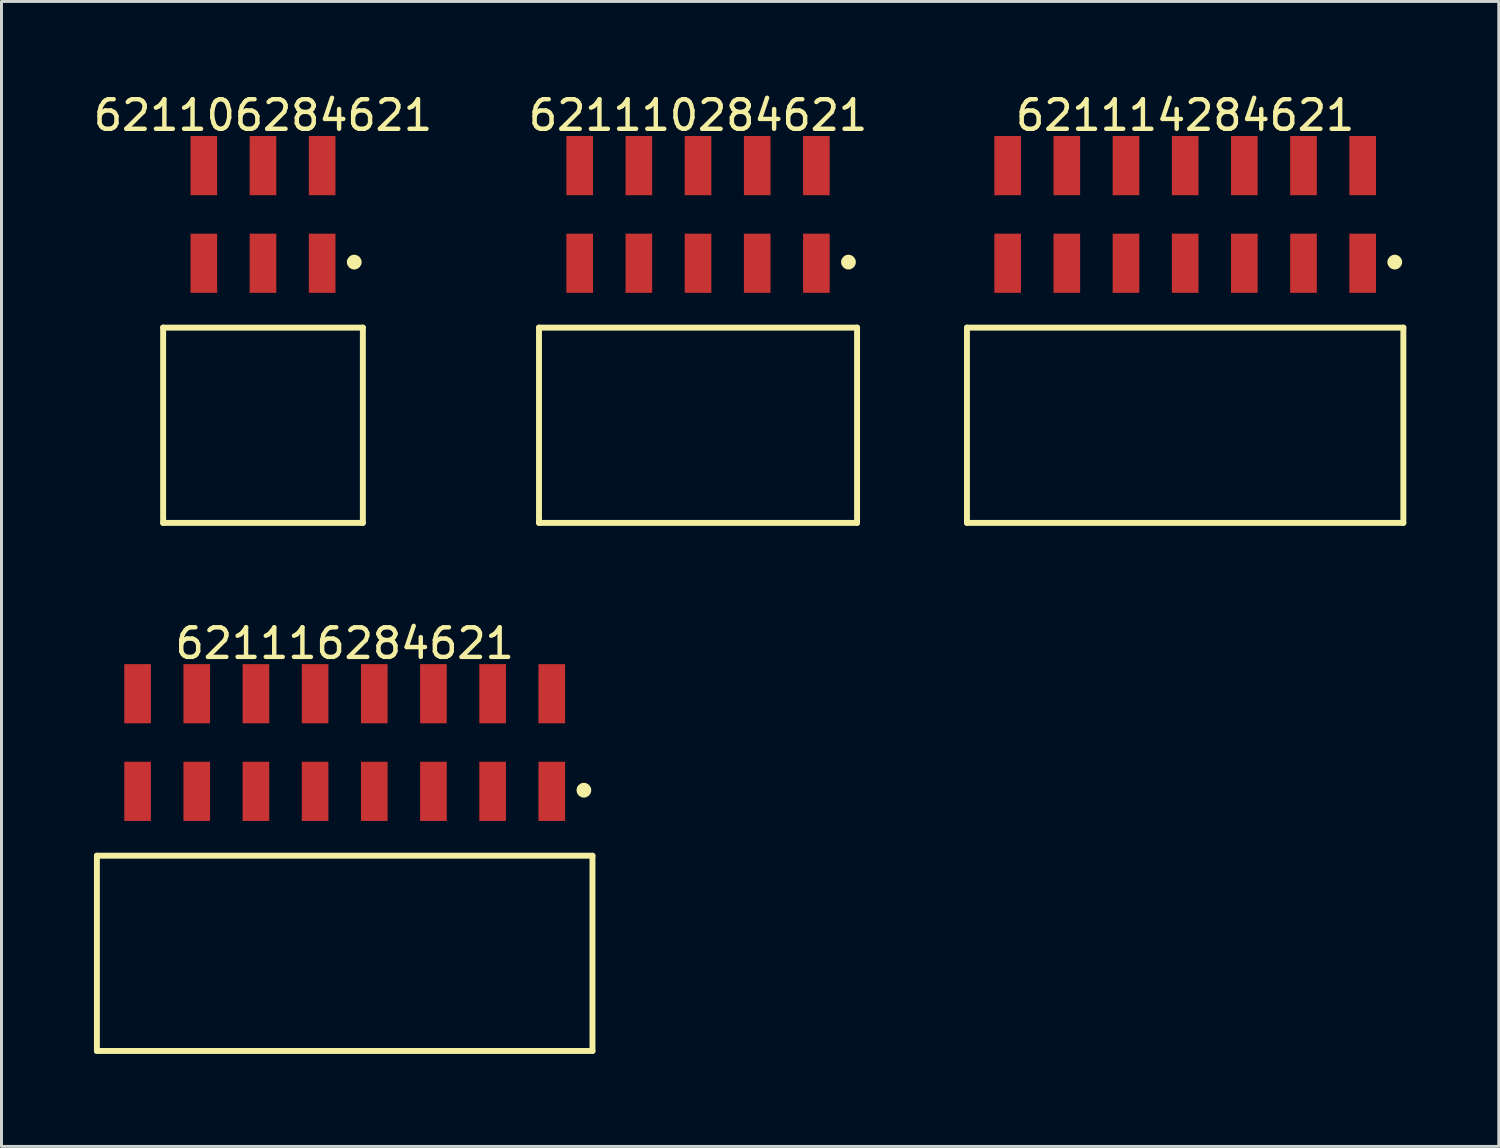
<source format=kicad_pcb>
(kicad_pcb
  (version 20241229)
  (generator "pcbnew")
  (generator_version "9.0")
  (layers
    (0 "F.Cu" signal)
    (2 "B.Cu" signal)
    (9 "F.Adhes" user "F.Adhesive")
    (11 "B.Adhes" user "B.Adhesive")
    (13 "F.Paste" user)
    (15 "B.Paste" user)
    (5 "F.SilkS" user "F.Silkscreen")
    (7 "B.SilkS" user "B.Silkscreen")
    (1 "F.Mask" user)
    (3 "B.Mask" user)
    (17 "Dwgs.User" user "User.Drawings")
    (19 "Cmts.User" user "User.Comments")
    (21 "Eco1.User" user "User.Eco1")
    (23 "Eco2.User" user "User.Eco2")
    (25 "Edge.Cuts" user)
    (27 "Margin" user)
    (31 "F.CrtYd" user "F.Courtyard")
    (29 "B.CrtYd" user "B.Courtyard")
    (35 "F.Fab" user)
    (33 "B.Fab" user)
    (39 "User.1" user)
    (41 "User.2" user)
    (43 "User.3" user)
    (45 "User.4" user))
  (footprint "621116284621"
    (layer "F.Cu")
    (at 8.6 29.172)
    (property "Reference" "621116284621" (at 0 -10.475 0) (layer "F.SilkS") (effects (font (size 1 1) (thickness 0.15))))
    (fp_line (start -8.375 -3.3) (end 8.375 -3.3) (stroke (width 0.2) (type solid)) (layer "F.SilkS"))
    (fp_line (start -8.375 3.3) (end -8.375 -3.3) (stroke (width 0.2) (type solid)) (layer "F.SilkS"))
    (fp_line (start -8.375 3.3) (end 8.375 3.3) (stroke (width 0.2) (type solid)) (layer "F.SilkS"))
    (fp_line (start 8.375 3.3) (end 8.375 -3.3) (stroke (width 0.2) (type solid)) (layer "F.SilkS"))
    (fp_circle (center 8.084 -5.514) (end 8.084 -5.639) (stroke (width 0.25) (type solid)) (fill no) (layer "F.SilkS"))
    (fp_line (start -8.575 -9.975) (end 8.575 -9.975) (stroke (width 0.05) (type solid)) (layer "Eco2.User"))
    (fp_line (start -8.575 3.5) (end -8.575 -9.975) (stroke (width 0.05) (type solid)) (layer "Eco2.User"))
    (fp_line (start -8.575 3.5) (end 8.575 3.5) (stroke (width 0.05) (type solid)) (layer "Eco2.User"))
    (fp_line (start -8.2 -3.175) (end 8.2 -3.175) (stroke (width 0.1) (type solid)) (layer "Eco2.User"))
    (fp_line (start -8.2 3.175) (end -8.2 -3.175) (stroke (width 0.1) (type solid)) (layer "Eco2.User"))
    (fp_line (start -8.2 3.175) (end 8.2 3.175) (stroke (width 0.1) (type solid)) (layer "Eco2.User"))
    (fp_line (start -7.25 -9.275) (end -6.75 -9.275) (stroke (width 0.1) (type solid)) (layer "Eco2.User"))
    (fp_line (start -7.25 -5.975) (end -6.75 -5.975) (stroke (width 0.1) (type solid)) (layer "Eco2.User"))
    (fp_line (start -7.25 -3.175) (end -7.25 -9.275) (stroke (width 0.1) (type solid)) (layer "Eco2.User"))
    (fp_line (start -6.75 -3.175) (end -6.75 -9.275) (stroke (width 0.1) (type solid)) (layer "Eco2.User"))
    (fp_line (start -5.25 -9.275) (end -4.75 -9.275) (stroke (width 0.1) (type solid)) (layer "Eco2.User"))
    (fp_line (start -5.25 -5.975) (end -4.75 -5.975) (stroke (width 0.1) (type solid)) (layer "Eco2.User"))
    (fp_line (start -5.25 -3.175) (end -5.25 -9.275) (stroke (width 0.1) (type solid)) (layer "Eco2.User"))
    (fp_line (start -4.75 -3.175) (end -4.75 -9.275) (stroke (width 0.1) (type solid)) (layer "Eco2.User"))
    (fp_line (start -3.25 -9.275) (end -2.75 -9.275) (stroke (width 0.1) (type solid)) (layer "Eco2.User"))
    (fp_line (start -3.25 -5.975) (end -2.75 -5.975) (stroke (width 0.1) (type solid)) (layer "Eco2.User"))
    (fp_line (start -3.25 -3.175) (end -3.25 -9.275) (stroke (width 0.1) (type solid)) (layer "Eco2.User"))
    (fp_line (start -2.75 -3.175) (end -2.75 -9.275) (stroke (width 0.1) (type solid)) (layer "Eco2.User"))
    (fp_line (start -1.25 -9.275) (end -0.75 -9.275) (stroke (width 0.1) (type solid)) (layer "Eco2.User"))
    (fp_line (start -1.25 -5.975) (end -0.75 -5.975) (stroke (width 0.1) (type solid)) (layer "Eco2.User"))
    (fp_line (start -1.25 -3.175) (end -1.25 -9.275) (stroke (width 0.1) (type solid)) (layer "Eco2.User"))
    (fp_line (start -0.75 -3.175) (end -0.75 -9.275) (stroke (width 0.1) (type solid)) (layer "Eco2.User"))
    (fp_line (start -0.5 0) (end 0.5 0) (stroke (width 0.05) (type solid)) (layer "Eco2.User"))
    (fp_line (start 0 0.5) (end 0 -0.5) (stroke (width 0.05) (type solid)) (layer "Eco2.User"))
    (fp_line (start 0.75 -9.275) (end 1.25 -9.275) (stroke (width 0.1) (type solid)) (layer "Eco2.User"))
    (fp_line (start 0.75 -5.975) (end 1.25 -5.975) (stroke (width 0.1) (type solid)) (layer "Eco2.User"))
    (fp_line (start 0.75 -3.175) (end 0.75 -9.275) (stroke (width 0.1) (type solid)) (layer "Eco2.User"))
    (fp_line (start 1.25 -3.175) (end 1.25 -9.275) (stroke (width 0.1) (type solid)) (layer "Eco2.User"))
    (fp_line (start 2.75 -9.275) (end 3.25 -9.275) (stroke (width 0.1) (type solid)) (layer "Eco2.User"))
    (fp_line (start 2.75 -5.975) (end 3.25 -5.975) (stroke (width 0.1) (type solid)) (layer "Eco2.User"))
    (fp_line (start 2.75 -3.175) (end 2.75 -9.275) (stroke (width 0.1) (type solid)) (layer "Eco2.User"))
    (fp_line (start 3.25 -3.175) (end 3.25 -9.275) (stroke (width 0.1) (type solid)) (layer "Eco2.User"))
    (fp_line (start 4.75 -9.275) (end 5.25 -9.275) (stroke (width 0.1) (type solid)) (layer "Eco2.User"))
    (fp_line (start 4.75 -5.975) (end 5.25 -5.975) (stroke (width 0.1) (type solid)) (layer "Eco2.User"))
    (fp_line (start 4.75 -3.175) (end 4.75 -9.275) (stroke (width 0.1) (type solid)) (layer "Eco2.User"))
    (fp_line (start 5.25 -3.175) (end 5.25 -9.275) (stroke (width 0.1) (type solid)) (layer "Eco2.User"))
    (fp_line (start 6.75 -9.275) (end 7.25 -9.275) (stroke (width 0.1) (type solid)) (layer "Eco2.User"))
    (fp_line (start 6.75 -5.975) (end 7.25 -5.975) (stroke (width 0.1) (type solid)) (layer "Eco2.User"))
    (fp_line (start 6.75 -3.175) (end 6.75 -9.275) (stroke (width 0.1) (type solid)) (layer "Eco2.User"))
    (fp_line (start 7.25 -3.175) (end 7.25 -9.275) (stroke (width 0.1) (type solid)) (layer "Eco2.User"))
    (fp_line (start 8.2 3.175) (end 8.2 -3.175) (stroke (width 0.1) (type solid)) (layer "Eco2.User"))
    (fp_line (start 8.575 3.5) (end 8.575 -9.975) (stroke (width 0.05) (type solid)) (layer "Eco2.User"))
    (fp_text user "${REFERENCE}" (at 0.1 -0.131 0) (unlocked yes) (layer "User.3") (effects (font (size 1 1) (thickness 0.1))))
    (pad "1" smd rect (at 7 -5.475 180) (size 0.9 2) (layers "F.Cu" "F.Mask" "F.Paste"))
    (pad "2" smd rect (at 7 -8.775 180) (size 0.9 2) (layers "F.Cu" "F.Mask" "F.Paste"))
    (pad "3" smd rect (at 5 -5.475 180) (size 0.9 2) (layers "F.Cu" "F.Mask" "F.Paste"))
    (pad "4" smd rect (at 5 -8.775 180) (size 0.9 2) (layers "F.Cu" "F.Mask" "F.Paste"))
    (pad "5" smd rect (at 3 -5.475 180) (size 0.9 2) (layers "F.Cu" "F.Mask" "F.Paste"))
    (pad "6" smd rect (at 3 -8.775 180) (size 0.9 2) (layers "F.Cu" "F.Mask" "F.Paste"))
    (pad "7" smd rect (at 1 -5.475 180) (size 0.9 2) (layers "F.Cu" "F.Mask" "F.Paste"))
    (pad "8" smd rect (at 1 -8.775 180) (size 0.9 2) (layers "F.Cu" "F.Mask" "F.Paste"))
    (pad "9" smd rect (at -1 -5.475 180) (size 0.9 2) (layers "F.Cu" "F.Mask" "F.Paste"))
    (pad "10" smd rect (at -1 -8.775 180) (size 0.9 2) (layers "F.Cu" "F.Mask" "F.Paste"))
    (pad "11" smd rect (at -3 -5.475 180) (size 0.9 2) (layers "F.Cu" "F.Mask" "F.Paste"))
    (pad "12" smd rect (at -3 -8.775 180) (size 0.9 2) (layers "F.Cu" "F.Mask" "F.Paste"))
    (pad "13" smd rect (at -5 -5.475 180) (size 0.9 2) (layers "F.Cu" "F.Mask" "F.Paste"))
    (pad "14" smd rect (at -5 -8.775 180) (size 0.9 2) (layers "F.Cu" "F.Mask" "F.Paste"))
    (pad "15" smd rect (at -7 -5.475 180) (size 0.9 2) (layers "F.Cu" "F.Mask" "F.Paste"))
    (pad "16" smd rect (at -7 -8.775 180) (size 0.9 2) (layers "F.Cu" "F.Mask" "F.Paste")))
  (footprint "621114284621"
    (layer "F.Cu")
    (at 37.007 11.323)
    (property "Reference" "621114284621" (at 0 -10.475 0) (layer "F.SilkS") (effects (font (size 1 1) (thickness 0.15))))
    (fp_line (start -7.375 -3.3) (end 7.375 -3.3) (stroke (width 0.2) (type solid)) (layer "F.SilkS"))
    (fp_line (start -7.375 3.3) (end -7.375 -3.3) (stroke (width 0.2) (type solid)) (layer "F.SilkS"))
    (fp_line (start -7.375 3.3) (end 7.375 3.3) (stroke (width 0.2) (type solid)) (layer "F.SilkS"))
    (fp_line (start 7.375 3.3) (end 7.375 -3.3) (stroke (width 0.2) (type solid)) (layer "F.SilkS"))
    (fp_circle (center 7.084 -5.514) (end 7.084 -5.639) (stroke (width 0.25) (type solid)) (fill no) (layer "F.SilkS"))
    (fp_line (start -7.575 -9.975) (end 7.575 -9.975) (stroke (width 0.05) (type solid)) (layer "Eco2.User"))
    (fp_line (start -7.575 3.5) (end -7.575 -9.975) (stroke (width 0.05) (type solid)) (layer "Eco2.User"))
    (fp_line (start -7.575 3.5) (end 7.575 3.5) (stroke (width 0.05) (type solid)) (layer "Eco2.User"))
    (fp_line (start -7.2 -3.175) (end 7.2 -3.175) (stroke (width 0.1) (type solid)) (layer "Eco2.User"))
    (fp_line (start -7.2 3.175) (end -7.2 -3.175) (stroke (width 0.1) (type solid)) (layer "Eco2.User"))
    (fp_line (start -7.2 3.175) (end 7.2 3.175) (stroke (width 0.1) (type solid)) (layer "Eco2.User"))
    (fp_line (start -6.25 -9.275) (end -5.75 -9.275) (stroke (width 0.1) (type solid)) (layer "Eco2.User"))
    (fp_line (start -6.25 -5.975) (end -5.75 -5.975) (stroke (width 0.1) (type solid)) (layer "Eco2.User"))
    (fp_line (start -6.25 -3.175) (end -6.25 -9.275) (stroke (width 0.1) (type solid)) (layer "Eco2.User"))
    (fp_line (start -5.75 -3.175) (end -5.75 -9.275) (stroke (width 0.1) (type solid)) (layer "Eco2.User"))
    (fp_line (start -4.25 -9.275) (end -3.75 -9.275) (stroke (width 0.1) (type solid)) (layer "Eco2.User"))
    (fp_line (start -4.25 -5.975) (end -3.75 -5.975) (stroke (width 0.1) (type solid)) (layer "Eco2.User"))
    (fp_line (start -4.25 -3.175) (end -4.25 -9.275) (stroke (width 0.1) (type solid)) (layer "Eco2.User"))
    (fp_line (start -3.75 -3.175) (end -3.75 -9.275) (stroke (width 0.1) (type solid)) (layer "Eco2.User"))
    (fp_line (start -2.25 -9.275) (end -1.75 -9.275) (stroke (width 0.1) (type solid)) (layer "Eco2.User"))
    (fp_line (start -2.25 -5.975) (end -1.75 -5.975) (stroke (width 0.1) (type solid)) (layer "Eco2.User"))
    (fp_line (start -2.25 -3.175) (end -2.25 -9.275) (stroke (width 0.1) (type solid)) (layer "Eco2.User"))
    (fp_line (start -1.75 -3.175) (end -1.75 -9.275) (stroke (width 0.1) (type solid)) (layer "Eco2.User"))
    (fp_line (start -0.5 0) (end 0.5 0) (stroke (width 0.05) (type solid)) (layer "Eco2.User"))
    (fp_line (start -0.25 -9.275) (end 0.25 -9.275) (stroke (width 0.1) (type solid)) (layer "Eco2.User"))
    (fp_line (start -0.25 -5.975) (end 0.25 -5.975) (stroke (width 0.1) (type solid)) (layer "Eco2.User"))
    (fp_line (start -0.25 -3.175) (end -0.25 -9.275) (stroke (width 0.1) (type solid)) (layer "Eco2.User"))
    (fp_line (start 0 0.5) (end 0 -0.5) (stroke (width 0.05) (type solid)) (layer "Eco2.User"))
    (fp_line (start 0.25 -3.175) (end 0.25 -9.275) (stroke (width 0.1) (type solid)) (layer "Eco2.User"))
    (fp_line (start 1.75 -9.275) (end 2.25 -9.275) (stroke (width 0.1) (type solid)) (layer "Eco2.User"))
    (fp_line (start 1.75 -5.975) (end 2.25 -5.975) (stroke (width 0.1) (type solid)) (layer "Eco2.User"))
    (fp_line (start 1.75 -3.175) (end 1.75 -9.275) (stroke (width 0.1) (type solid)) (layer "Eco2.User"))
    (fp_line (start 2.25 -3.175) (end 2.25 -9.275) (stroke (width 0.1) (type solid)) (layer "Eco2.User"))
    (fp_line (start 3.75 -9.275) (end 4.25 -9.275) (stroke (width 0.1) (type solid)) (layer "Eco2.User"))
    (fp_line (start 3.75 -5.975) (end 4.25 -5.975) (stroke (width 0.1) (type solid)) (layer "Eco2.User"))
    (fp_line (start 3.75 -3.175) (end 3.75 -9.275) (stroke (width 0.1) (type solid)) (layer "Eco2.User"))
    (fp_line (start 4.25 -3.175) (end 4.25 -9.275) (stroke (width 0.1) (type solid)) (layer "Eco2.User"))
    (fp_line (start 5.75 -9.275) (end 6.25 -9.275) (stroke (width 0.1) (type solid)) (layer "Eco2.User"))
    (fp_line (start 5.75 -5.975) (end 6.25 -5.975) (stroke (width 0.1) (type solid)) (layer "Eco2.User"))
    (fp_line (start 5.75 -3.175) (end 5.75 -9.275) (stroke (width 0.1) (type solid)) (layer "Eco2.User"))
    (fp_line (start 6.25 -3.175) (end 6.25 -9.275) (stroke (width 0.1) (type solid)) (layer "Eco2.User"))
    (fp_line (start 7.2 3.175) (end 7.2 -3.175) (stroke (width 0.1) (type solid)) (layer "Eco2.User"))
    (fp_line (start 7.575 3.5) (end 7.575 -9.975) (stroke (width 0.05) (type solid)) (layer "Eco2.User"))
    (fp_text user "${REFERENCE}" (at 0.1 -0.131 0) (unlocked yes) (layer "User.3") (effects (font (size 1 1) (thickness 0.1))))
    (pad "1" smd rect (at 6 -5.475 180) (size 0.9 2) (layers "F.Cu" "F.Mask" "F.Paste"))
    (pad "2" smd rect (at 6 -8.775 180) (size 0.9 2) (layers "F.Cu" "F.Mask" "F.Paste"))
    (pad "3" smd rect (at 4 -5.475 180) (size 0.9 2) (layers "F.Cu" "F.Mask" "F.Paste"))
    (pad "4" smd rect (at 4 -8.775 180) (size 0.9 2) (layers "F.Cu" "F.Mask" "F.Paste"))
    (pad "5" smd rect (at 2 -5.475 180) (size 0.9 2) (layers "F.Cu" "F.Mask" "F.Paste"))
    (pad "6" smd rect (at 2 -8.775 180) (size 0.9 2) (layers "F.Cu" "F.Mask" "F.Paste"))
    (pad "7" smd rect (at 0.00008 -5.475 180) (size 0.9 2) (layers "F.Cu" "F.Mask" "F.Paste"))
    (pad "8" smd rect (at 0.00008 -8.775 180) (size 0.9 2) (layers "F.Cu" "F.Mask" "F.Paste"))
    (pad "9" smd rect (at -2 -5.475 180) (size 0.9 2) (layers "F.Cu" "F.Mask" "F.Paste"))
    (pad "10" smd rect (at -2 -8.775 180) (size 0.9 2) (layers "F.Cu" "F.Mask" "F.Paste"))
    (pad "11" smd rect (at -4 -5.475 180) (size 0.9 2) (layers "F.Cu" "F.Mask" "F.Paste"))
    (pad "12" smd rect (at -4 -8.775 180) (size 0.9 2) (layers "F.Cu" "F.Mask" "F.Paste"))
    (pad "13" smd rect (at -6 -5.475 180) (size 0.9 2) (layers "F.Cu" "F.Mask" "F.Paste"))
    (pad "14" smd rect (at -6 -8.775 180) (size 0.9 2) (layers "F.Cu" "F.Mask" "F.Paste")))
  (footprint "621106284621"
    (layer "F.Cu")
    (at 5.839 11.323)
    (property "Reference" "621106284621" (at 0 -10.475 0) (layer "F.SilkS") (effects (font (size 1 1) (thickness 0.15))))
    (fp_line (start -3.375 -3.3) (end 3.375 -3.3) (stroke (width 0.2) (type solid)) (layer "F.SilkS"))
    (fp_line (start -3.375 3.3) (end -3.375 -3.3) (stroke (width 0.2) (type solid)) (layer "F.SilkS"))
    (fp_line (start -3.375 3.3) (end 3.375 3.3) (stroke (width 0.2) (type solid)) (layer "F.SilkS"))
    (fp_line (start 3.375 3.3) (end 3.375 -3.3) (stroke (width 0.2) (type solid)) (layer "F.SilkS"))
    (fp_circle (center 3.084 -5.514) (end 3.084 -5.639) (stroke (width 0.25) (type solid)) (fill no) (layer "F.SilkS"))
    (fp_line (start -3.575 -9.975) (end 3.575 -9.975) (stroke (width 0.05) (type solid)) (layer "Eco2.User"))
    (fp_line (start -3.575 3.5) (end -3.575 -9.975) (stroke (width 0.05) (type solid)) (layer "Eco2.User"))
    (fp_line (start -3.575 3.5) (end 3.575 3.5) (stroke (width 0.05) (type solid)) (layer "Eco2.User"))
    (fp_line (start -3.2 -3.175) (end 3.2 -3.175) (stroke (width 0.1) (type solid)) (layer "Eco2.User"))
    (fp_line (start -3.2 3.175) (end -3.2 -3.175) (stroke (width 0.1) (type solid)) (layer "Eco2.User"))
    (fp_line (start -3.2 3.175) (end 3.2 3.175) (stroke (width 0.1) (type solid)) (layer "Eco2.User"))
    (fp_line (start -2.25 -9.275) (end -1.75 -9.275) (stroke (width 0.1) (type solid)) (layer "Eco2.User"))
    (fp_line (start -2.25 -5.975) (end -1.75 -5.975) (stroke (width 0.1) (type solid)) (layer "Eco2.User"))
    (fp_line (start -2.25 -3.175) (end -2.25 -9.275) (stroke (width 0.1) (type solid)) (layer "Eco2.User"))
    (fp_line (start -1.75 -3.175) (end -1.75 -9.275) (stroke (width 0.1) (type solid)) (layer "Eco2.User"))
    (fp_line (start -0.5 0) (end 0.5 0) (stroke (width 0.05) (type solid)) (layer "Eco2.User"))
    (fp_line (start -0.25 -9.275) (end 0.25 -9.275) (stroke (width 0.1) (type solid)) (layer "Eco2.User"))
    (fp_line (start -0.25 -5.975) (end 0.25 -5.975) (stroke (width 0.1) (type solid)) (layer "Eco2.User"))
    (fp_line (start -0.25 -3.175) (end -0.25 -9.275) (stroke (width 0.1) (type solid)) (layer "Eco2.User"))
    (fp_line (start 0 0.5) (end 0 -0.5) (stroke (width 0.05) (type solid)) (layer "Eco2.User"))
    (fp_line (start 0.25 -3.175) (end 0.25 -9.275) (stroke (width 0.1) (type solid)) (layer "Eco2.User"))
    (fp_line (start 1.75 -9.275) (end 2.25 -9.275) (stroke (width 0.1) (type solid)) (layer "Eco2.User"))
    (fp_line (start 1.75 -5.975) (end 2.25 -5.975) (stroke (width 0.1) (type solid)) (layer "Eco2.User"))
    (fp_line (start 1.75 -3.175) (end 1.75 -9.275) (stroke (width 0.1) (type solid)) (layer "Eco2.User"))
    (fp_line (start 2.25 -3.175) (end 2.25 -9.275) (stroke (width 0.1) (type solid)) (layer "Eco2.User"))
    (fp_line (start 3.2 3.175) (end 3.2 -3.175) (stroke (width 0.1) (type solid)) (layer "Eco2.User"))
    (fp_line (start 3.575 3.5) (end 3.575 -9.975) (stroke (width 0.05) (type solid)) (layer "Eco2.User"))
    (fp_text user "${REFERENCE}" (at 0.1 -0.131 0) (unlocked yes) (layer "User.3") (effects (font (size 1 1) (thickness 0.1))))
    (pad "1" smd rect (at 2 -5.475 180) (size 0.9 2) (layers "F.Cu" "F.Mask" "F.Paste"))
    (pad "2" smd rect (at 2 -8.775 180) (size 0.9 2) (layers "F.Cu" "F.Mask" "F.Paste"))
    (pad "3" smd rect (at 0.00008 -5.475 180) (size 0.9 2) (layers "F.Cu" "F.Mask" "F.Paste"))
    (pad "4" smd rect (at 0.00008 -8.775 180) (size 0.9 2) (layers "F.Cu" "F.Mask" "F.Paste"))
    (pad "5" smd rect (at -2 -5.475 180) (size 0.9 2) (layers "F.Cu" "F.Mask" "F.Paste"))
    (pad "6" smd rect (at -2 -8.775 180) (size 0.9 2) (layers "F.Cu" "F.Mask" "F.Paste")))
  (footprint "621110284621"
    (layer "F.Cu")
    (at 20.543 11.323)
    (property "Reference" "621110284621" (at 0 -10.475 0) (layer "F.SilkS") (effects (font (size 1 1) (thickness 0.15))))
    (fp_line (start -5.375 -3.3) (end 5.375 -3.3) (stroke (width 0.2) (type solid)) (layer "F.SilkS"))
    (fp_line (start -5.375 3.3) (end -5.375 -3.3) (stroke (width 0.2) (type solid)) (layer "F.SilkS"))
    (fp_line (start -5.375 3.3) (end 5.375 3.3) (stroke (width 0.2) (type solid)) (layer "F.SilkS"))
    (fp_line (start 5.375 3.3) (end 5.375 -3.3) (stroke (width 0.2) (type solid)) (layer "F.SilkS"))
    (fp_circle (center 5.084 -5.514) (end 5.084 -5.639) (stroke (width 0.25) (type solid)) (fill no) (layer "F.SilkS"))
    (fp_line (start -5.575 -9.975) (end 5.575 -9.975) (stroke (width 0.05) (type solid)) (layer "Eco2.User"))
    (fp_line (start -5.575 3.5) (end -5.575 -9.975) (stroke (width 0.05) (type solid)) (layer "Eco2.User"))
    (fp_line (start -5.575 3.5) (end 5.575 3.5) (stroke (width 0.05) (type solid)) (layer "Eco2.User"))
    (fp_line (start -5.2 -3.175) (end 5.2 -3.175) (stroke (width 0.1) (type solid)) (layer "Eco2.User"))
    (fp_line (start -5.2 3.175) (end -5.2 -3.175) (stroke (width 0.1) (type solid)) (layer "Eco2.User"))
    (fp_line (start -5.2 3.175) (end 5.2 3.175) (stroke (width 0.1) (type solid)) (layer "Eco2.User"))
    (fp_line (start -4.25 -9.275) (end -3.75 -9.275) (stroke (width 0.1) (type solid)) (layer "Eco2.User"))
    (fp_line (start -4.25 -5.975) (end -3.75 -5.975) (stroke (width 0.1) (type solid)) (layer "Eco2.User"))
    (fp_line (start -4.25 -3.175) (end -4.25 -9.275) (stroke (width 0.1) (type solid)) (layer "Eco2.User"))
    (fp_line (start -3.75 -3.175) (end -3.75 -9.275) (stroke (width 0.1) (type solid)) (layer "Eco2.User"))
    (fp_line (start -2.25 -9.275) (end -1.75 -9.275) (stroke (width 0.1) (type solid)) (layer "Eco2.User"))
    (fp_line (start -2.25 -5.975) (end -1.75 -5.975) (stroke (width 0.1) (type solid)) (layer "Eco2.User"))
    (fp_line (start -2.25 -3.175) (end -2.25 -9.275) (stroke (width 0.1) (type solid)) (layer "Eco2.User"))
    (fp_line (start -1.75 -3.175) (end -1.75 -9.275) (stroke (width 0.1) (type solid)) (layer "Eco2.User"))
    (fp_line (start -0.5 0) (end 0.5 0) (stroke (width 0.05) (type solid)) (layer "Eco2.User"))
    (fp_line (start -0.25 -9.275) (end 0.25 -9.275) (stroke (width 0.1) (type solid)) (layer "Eco2.User"))
    (fp_line (start -0.25 -5.975) (end 0.25 -5.975) (stroke (width 0.1) (type solid)) (layer "Eco2.User"))
    (fp_line (start -0.25 -3.175) (end -0.25 -9.275) (stroke (width 0.1) (type solid)) (layer "Eco2.User"))
    (fp_line (start 0 0.5) (end 0 -0.5) (stroke (width 0.05) (type solid)) (layer "Eco2.User"))
    (fp_line (start 0.25 -3.175) (end 0.25 -9.275) (stroke (width 0.1) (type solid)) (layer "Eco2.User"))
    (fp_line (start 1.75 -9.275) (end 2.25 -9.275) (stroke (width 0.1) (type solid)) (layer "Eco2.User"))
    (fp_line (start 1.75 -5.975) (end 2.25 -5.975) (stroke (width 0.1) (type solid)) (layer "Eco2.User"))
    (fp_line (start 1.75 -3.175) (end 1.75 -9.275) (stroke (width 0.1) (type solid)) (layer "Eco2.User"))
    (fp_line (start 2.25 -3.175) (end 2.25 -9.275) (stroke (width 0.1) (type solid)) (layer "Eco2.User"))
    (fp_line (start 3.75 -9.275) (end 4.25 -9.275) (stroke (width 0.1) (type solid)) (layer "Eco2.User"))
    (fp_line (start 3.75 -5.975) (end 4.25 -5.975) (stroke (width 0.1) (type solid)) (layer "Eco2.User"))
    (fp_line (start 3.75 -3.175) (end 3.75 -9.275) (stroke (width 0.1) (type solid)) (layer "Eco2.User"))
    (fp_line (start 4.25 -3.175) (end 4.25 -9.275) (stroke (width 0.1) (type solid)) (layer "Eco2.User"))
    (fp_line (start 5.2 3.175) (end 5.2 -3.175) (stroke (width 0.1) (type solid)) (layer "Eco2.User"))
    (fp_line (start 5.575 3.5) (end 5.575 -9.975) (stroke (width 0.05) (type solid)) (layer "Eco2.User"))
    (fp_text user "${REFERENCE}" (at 0.1 -0.131 0) (unlocked yes) (layer "User.3") (effects (font (size 1 1) (thickness 0.1))))
    (pad "1" smd rect (at 4 -5.475 180) (size 0.9 2) (layers "F.Cu" "F.Mask" "F.Paste"))
    (pad "2" smd rect (at 4 -8.775 180) (size 0.9 2) (layers "F.Cu" "F.Mask" "F.Paste"))
    (pad "3" smd rect (at 2 -5.475 180) (size 0.9 2) (layers "F.Cu" "F.Mask" "F.Paste"))
    (pad "4" smd rect (at 2 -8.775 180) (size 0.9 2) (layers "F.Cu" "F.Mask" "F.Paste"))
    (pad "5" smd rect (at 0.00008 -5.475 180) (size 0.9 2) (layers "F.Cu" "F.Mask" "F.Paste"))
    (pad "6" smd rect (at 0.00008 -8.775 180) (size 0.9 2) (layers "F.Cu" "F.Mask" "F.Paste"))
    (pad "7" smd rect (at -2 -5.475 180) (size 0.9 2) (layers "F.Cu" "F.Mask" "F.Paste"))
    (pad "8" smd rect (at -2 -8.775 180) (size 0.9 2) (layers "F.Cu" "F.Mask" "F.Paste"))
    (pad "9" smd rect (at -4 -5.475 180) (size 0.9 2) (layers "F.Cu" "F.Mask" "F.Paste"))
    (pad "10" smd rect (at -4 -8.775 180) (size 0.9 2) (layers "F.Cu" "F.Mask" "F.Paste")))
  (gr_rect
    (start -3 -3)
    (end 47.607 35.697)
    (stroke (width 0.1) (type default))
    (fill no)
    (layer "Edge.Cuts")))
</source>
